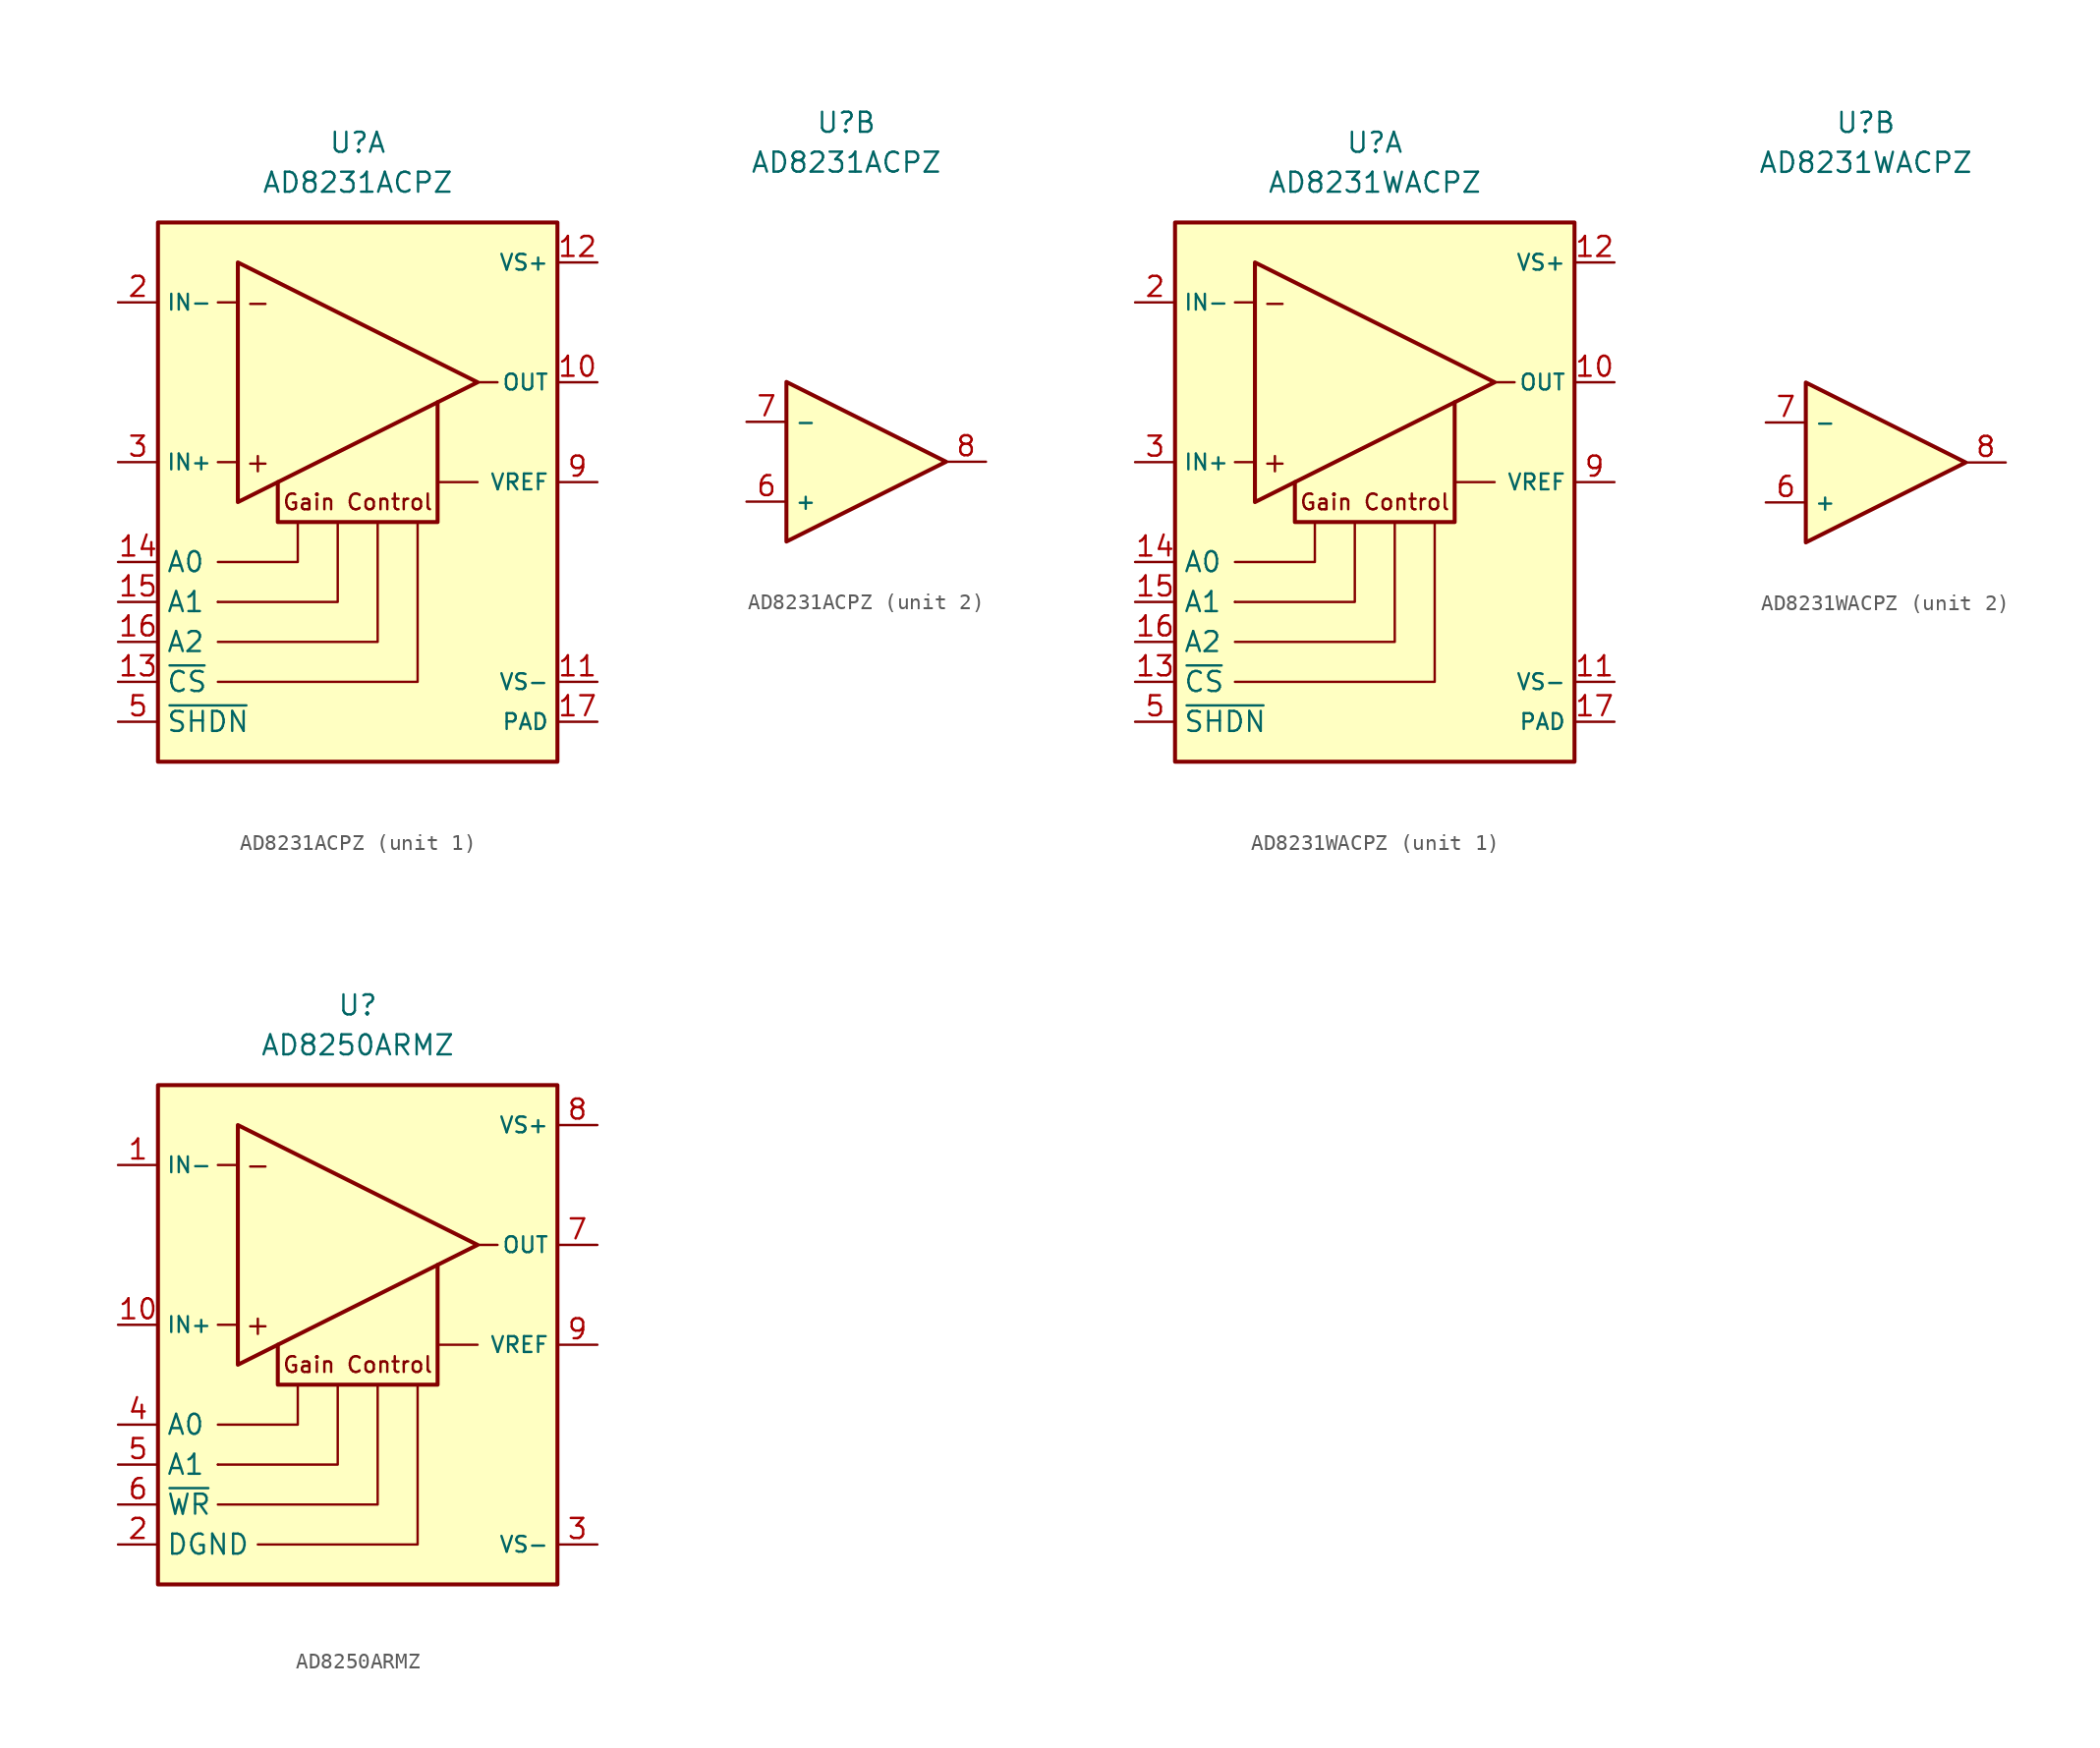
<source format=kicad_sym>
(kicad_symbol_lib
  (version 20211014)
  (generator kicad_symbol_editor)
  (symbol "AD8231ACPZ"
    (property "Reference" "U"
      (at 0 21.59 0)
      (effects (font (size 1.27 1.27))))
    (property "Value" "AD8231ACPZ"
      (at 0 19.05 0)
      (effects (font (size 1.27 1.27))))
    (property "ki_locked" ""
      (at 0 0 0)
      (effects (font (size 1.27 1.27))))
    (symbol "AD8231ACPZ_1_0"
      (rectangle (start -12.7 16.51) (end 12.7 -17.78) (stroke (width 0.254) (type default) (color 0 0 0 0)) (fill (type background))))
    (symbol "AD8231ACPZ_1_1"
      (polyline (pts (xy -8.89 -7.62) (xy -8.89 -7.62)) (stroke (width 0.152) (type default) (color 0 0 0 0)) (fill (type none)))
      (polyline (pts (xy -7.62 1.27) (xy -8.89 1.27)) (stroke (width 0.152) (type default) (color 0 0 0 0)) (fill (type none)))
      (polyline (pts (xy -7.62 11.43) (xy -8.89 11.43)) (stroke (width 0.152) (type default) (color 0 0 0 0)) (fill (type none)))
      (polyline (pts (xy 5.08 0) (xy 7.62 0)) (stroke (width 0.152) (type default) (color 0 0 0 0)) (fill (type none)))
      (polyline (pts (xy 7.62 6.35) (xy 8.89 6.35)) (stroke (width 0.152) (type default) (color 0 0 0 0)) (fill (type none)))
      (polyline (pts (xy -8.89 -12.7) (xy 3.81 -12.7) (xy 3.81 -2.54)) (stroke (width 0.152) (type default) (color 0 0 0 0)) (fill (type none)))
      (polyline (pts (xy -8.89 -7.62) (xy -1.27 -7.62) (xy -1.27 -2.54)) (stroke (width 0.152) (type default) (color 0 0 0 0)) (fill (type none)))
      (polyline (pts (xy -3.81 -2.54) (xy -3.81 -5.08) (xy -8.89 -5.08)) (stroke (width 0.152) (type default) (color 0 0 0 0)) (fill (type none)))
      (polyline (pts (xy 1.27 -2.54) (xy 1.27 -10.16) (xy -8.89 -10.16)) (stroke (width 0.152) (type default) (color 0 0 0 0)) (fill (type none)))
      (polyline (pts (xy -7.62 13.97) (xy -7.62 -1.27) (xy 7.62 6.35) (xy -7.62 13.97)) (stroke (width 0.254) (type default) (color 0 0 0 0)) (fill (type none)))
      (polyline (pts (xy 5.08 5.08) (xy 5.08 -2.54) (xy -5.08 -2.54) (xy -5.08 0)) (stroke (width 0.254) (type default) (color 0 0 0 0)) (fill (type none)))
      (text "+" (at -6.35 1.27 0) (effects (font (size 1.27 1.27))))
      (text "-" (at -6.35 11.43 0) (effects (font (size 1.27 1.27))))
      (text "Gain Control" (at 0 -1.27 0) (effects (font (size 1 1))))
      (pin no_connect line (at 2.54 -13.97 0) (length 2.54) hide (name "NC" (effects (font (size 1.27 1.27)))) (number "1" (effects (font (size 1.27 1.27)))))
      (pin output line (at 15.24 6.35 180) (length 2.54) (name "OUT" (effects (font (size 1 1)))) (number "10" (effects (font (size 1.27 1.27)))))
      (pin power_in line (at 15.24 -12.7 180) (length 2.54) (name "VS-" (effects (font (size 1 1)))) (number "11" (effects (font (size 1.27 1.27)))))
      (pin power_in line (at 15.24 13.97 180) (length 2.54) (name "VS+" (effects (font (size 1 1)))) (number "12" (effects (font (size 1.27 1.27)))))
      (pin input line (at -15.24 -12.7 0) (length 2.54) (name "~{CS}" (effects (font (size 1.27 1.27)))) (number "13" (effects (font (size 1.27 1.27)))))
      (pin input line (at -15.24 -5.08 0) (length 2.54) (name "A0" (effects (font (size 1.27 1.27)))) (number "14" (effects (font (size 1.27 1.27)))))
      (pin input line (at -15.24 -7.62 0) (length 2.54) (name "A1" (effects (font (size 1.27 1.27)))) (number "15" (effects (font (size 1.27 1.27)))))
      (pin input line (at -15.24 -10.16 0) (length 2.54) (name "A2" (effects (font (size 1.27 1.27)))) (number "16" (effects (font (size 1.27 1.27)))))
      (pin power_in line (at 15.24 -15.24 180) (length 2.54) (name "PAD" (effects (font (size 1 1)))) (number "17" (effects (font (size 1.27 1.27)))))
      (pin input line (at -15.24 11.43 0) (length 2.54) (name "IN-" (effects (font (size 1 1)))) (number "2" (effects (font (size 1.27 1.27)))))
      (pin input line (at -15.24 1.27 0) (length 2.54) (name "IN+" (effects (font (size 1 1)))) (number "3" (effects (font (size 1.27 1.27)))))
      (pin no_connect line (at 2.54 -16.51 0) (length 2.54) hide (name "NC" (effects (font (size 1.27 1.27)))) (number "4" (effects (font (size 1.27 1.27)))))
      (pin input line (at -15.24 -15.24 0) (length 2.54) (name "~{SHDN}" (effects (font (size 1.27 1.27)))) (number "5" (effects (font (size 1.27 1.27)))))
      (pin input line (at 15.24 0 180) (length 2.54) (name "VREF" (effects (font (size 1 1)))) (number "9" (effects (font (size 1.27 1.27))))))
    (symbol "AD8231ACPZ_2_1"
      (polyline (pts (xy -3.81 5.08) (xy -3.81 -5.08) (xy 6.35 0) (xy -3.81 5.08)) (stroke (width 0.254) (type default) (color 0 0 0 0)) (fill (type background)))
      (pin input line (at -6.35 -2.54 0) (length 2.54) (name "+" (effects (font (size 1 1)))) (number "6" (effects (font (size 1.27 1.27)))))
      (pin input line (at -6.35 2.54 0) (length 2.54) (name "-" (effects (font (size 1 1)))) (number "7" (effects (font (size 1.27 1.27)))))
      (pin output line (at 8.89 0 180) (length 2.54) (name "~" (effects (font (size 1 1)))) (number "8" (effects (font (size 1.27 1.27)))))))
  (symbol "AD8231WACPZ"
    (property "Reference" "U"
      (at 0 21.59 0)
      (effects (font (size 1.27 1.27))))
    (property "Value" "AD8231WACPZ"
      (at 0 19.05 0)
      (effects (font (size 1.27 1.27))))
    (property "ki_locked" ""
      (at 0 0 0)
      (effects (font (size 1.27 1.27))))
    (symbol "AD8231WACPZ_1_0"
      (rectangle (start -12.7 16.51) (end 12.7 -17.78) (stroke (width 0.254) (type default) (color 0 0 0 0)) (fill (type background))))
    (symbol "AD8231WACPZ_1_1"
      (polyline (pts (xy -8.89 -7.62) (xy -8.89 -7.62)) (stroke (width 0.152) (type default) (color 0 0 0 0)) (fill (type none)))
      (polyline (pts (xy -7.62 1.27) (xy -8.89 1.27)) (stroke (width 0.152) (type default) (color 0 0 0 0)) (fill (type none)))
      (polyline (pts (xy -7.62 11.43) (xy -8.89 11.43)) (stroke (width 0.152) (type default) (color 0 0 0 0)) (fill (type none)))
      (polyline (pts (xy 5.08 0) (xy 7.62 0)) (stroke (width 0.152) (type default) (color 0 0 0 0)) (fill (type none)))
      (polyline (pts (xy 7.62 6.35) (xy 8.89 6.35)) (stroke (width 0.152) (type default) (color 0 0 0 0)) (fill (type none)))
      (polyline (pts (xy -8.89 -12.7) (xy 3.81 -12.7) (xy 3.81 -2.54)) (stroke (width 0.152) (type default) (color 0 0 0 0)) (fill (type none)))
      (polyline (pts (xy -8.89 -7.62) (xy -1.27 -7.62) (xy -1.27 -2.54)) (stroke (width 0.152) (type default) (color 0 0 0 0)) (fill (type none)))
      (polyline (pts (xy -3.81 -2.54) (xy -3.81 -5.08) (xy -8.89 -5.08)) (stroke (width 0.152) (type default) (color 0 0 0 0)) (fill (type none)))
      (polyline (pts (xy 1.27 -2.54) (xy 1.27 -10.16) (xy -8.89 -10.16)) (stroke (width 0.152) (type default) (color 0 0 0 0)) (fill (type none)))
      (polyline (pts (xy -7.62 13.97) (xy -7.62 -1.27) (xy 7.62 6.35) (xy -7.62 13.97)) (stroke (width 0.254) (type default) (color 0 0 0 0)) (fill (type none)))
      (polyline (pts (xy 5.08 5.08) (xy 5.08 -2.54) (xy -5.08 -2.54) (xy -5.08 0)) (stroke (width 0.254) (type default) (color 0 0 0 0)) (fill (type none)))
      (text "+" (at -6.35 1.27 0) (effects (font (size 1.27 1.27))))
      (text "-" (at -6.35 11.43 0) (effects (font (size 1.27 1.27))))
      (text "Gain Control" (at 0 -1.27 0) (effects (font (size 1 1))))
      (pin no_connect line (at 3.81 -13.97 0) (length 2.54) hide (name "NC" (effects (font (size 1.27 1.27)))) (number "1" (effects (font (size 1.27 1.27)))))
      (pin output line (at 15.24 6.35 180) (length 2.54) (name "OUT" (effects (font (size 1 1)))) (number "10" (effects (font (size 1.27 1.27)))))
      (pin power_in line (at 15.24 -12.7 180) (length 2.54) (name "VS-" (effects (font (size 1 1)))) (number "11" (effects (font (size 1.27 1.27)))))
      (pin power_in line (at 15.24 13.97 180) (length 2.54) (name "VS+" (effects (font (size 1 1)))) (number "12" (effects (font (size 1.27 1.27)))))
      (pin input line (at -15.24 -12.7 0) (length 2.54) (name "~{CS}" (effects (font (size 1.27 1.27)))) (number "13" (effects (font (size 1.27 1.27)))))
      (pin input line (at -15.24 -5.08 0) (length 2.54) (name "A0" (effects (font (size 1.27 1.27)))) (number "14" (effects (font (size 1.27 1.27)))))
      (pin input line (at -15.24 -7.62 0) (length 2.54) (name "A1" (effects (font (size 1.27 1.27)))) (number "15" (effects (font (size 1.27 1.27)))))
      (pin input line (at -15.24 -10.16 0) (length 2.54) (name "A2" (effects (font (size 1.27 1.27)))) (number "16" (effects (font (size 1.27 1.27)))))
      (pin power_in line (at 15.24 -15.24 180) (length 2.54) (name "PAD" (effects (font (size 1 1)))) (number "17" (effects (font (size 1.27 1.27)))))
      (pin input line (at -15.24 11.43 0) (length 2.54) (name "IN-" (effects (font (size 1 1)))) (number "2" (effects (font (size 1.27 1.27)))))
      (pin input line (at -15.24 1.27 0) (length 2.54) (name "IN+" (effects (font (size 1 1)))) (number "3" (effects (font (size 1.27 1.27)))))
      (pin no_connect line (at 3.81 -16.51 0) (length 2.54) hide (name "NC" (effects (font (size 1.27 1.27)))) (number "4" (effects (font (size 1.27 1.27)))))
      (pin input line (at -15.24 -15.24 0) (length 2.54) (name "~{SHDN}" (effects (font (size 1.27 1.27)))) (number "5" (effects (font (size 1.27 1.27)))))
      (pin input line (at 15.24 0 180) (length 2.54) (name "VREF" (effects (font (size 1 1)))) (number "9" (effects (font (size 1.27 1.27))))))
    (symbol "AD8231WACPZ_2_1"
      (polyline (pts (xy -3.81 5.08) (xy -3.81 -5.08) (xy 6.35 0) (xy -3.81 5.08)) (stroke (width 0.254) (type default) (color 0 0 0 0)) (fill (type background)))
      (pin input line (at -6.35 -2.54 0) (length 2.54) (name "+" (effects (font (size 1 1)))) (number "6" (effects (font (size 1.27 1.27)))))
      (pin input line (at -6.35 2.54 0) (length 2.54) (name "-" (effects (font (size 1 1)))) (number "7" (effects (font (size 1.27 1.27)))))
      (pin output line (at 8.89 0 180) (length 2.54) (name "~" (effects (font (size 1 1)))) (number "8" (effects (font (size 1.27 1.27)))))))
  (symbol "AD8250ARMZ"
    (property "Reference" "U"
      (at 0 21.59 0)
      (effects (font (size 1.27 1.27))))
    (property "Value" "AD8250ARMZ"
      (at 0 19.05 0)
      (effects (font (size 1.27 1.27))))
    (symbol "AD8250ARMZ_1_0"
      (rectangle (start -12.7 16.51) (end 12.7 -15.24) (stroke (width 0.254) (type default) (color 0 0 0 0)) (fill (type background))))
    (symbol "AD8250ARMZ_1_1"
      (polyline (pts (xy -8.89 -7.62) (xy -8.89 -7.62)) (stroke (width 0.152) (type default) (color 0 0 0 0)) (fill (type none)))
      (polyline (pts (xy -7.62 1.27) (xy -8.89 1.27)) (stroke (width 0.152) (type default) (color 0 0 0 0)) (fill (type none)))
      (polyline (pts (xy -7.62 11.43) (xy -8.89 11.43)) (stroke (width 0.152) (type default) (color 0 0 0 0)) (fill (type none)))
      (polyline (pts (xy 5.08 0) (xy 7.62 0)) (stroke (width 0.152) (type default) (color 0 0 0 0)) (fill (type none)))
      (polyline (pts (xy 7.62 6.35) (xy 8.89 6.35)) (stroke (width 0.152) (type default) (color 0 0 0 0)) (fill (type none)))
      (polyline (pts (xy -8.89 -7.62) (xy -1.27 -7.62) (xy -1.27 -2.54)) (stroke (width 0.152) (type default) (color 0 0 0 0)) (fill (type none)))
      (polyline (pts (xy -6.35 -12.7) (xy 3.81 -12.7) (xy 3.81 -2.54)) (stroke (width 0.152) (type default) (color 0 0 0 0)) (fill (type none)))
      (polyline (pts (xy -3.81 -2.54) (xy -3.81 -5.08) (xy -8.89 -5.08)) (stroke (width 0.152) (type default) (color 0 0 0 0)) (fill (type none)))
      (polyline (pts (xy 1.27 -2.54) (xy 1.27 -10.16) (xy -8.89 -10.16)) (stroke (width 0.152) (type default) (color 0 0 0 0)) (fill (type none)))
      (polyline (pts (xy -7.62 13.97) (xy -7.62 -1.27) (xy 7.62 6.35) (xy -7.62 13.97)) (stroke (width 0.254) (type default) (color 0 0 0 0)) (fill (type none)))
      (polyline (pts (xy 5.08 5.08) (xy 5.08 -2.54) (xy -5.08 -2.54) (xy -5.08 0)) (stroke (width 0.254) (type default) (color 0 0 0 0)) (fill (type none)))
      (text "+" (at -6.35 1.27 0) (effects (font (size 1.27 1.27))))
      (text "-" (at -6.35 11.43 0) (effects (font (size 1.27 1.27))))
      (text "Gain Control" (at 0 -1.27 0) (effects (font (size 1 1))))
      (pin input line (at -15.24 11.43 0) (length 2.54) (name "IN-" (effects (font (size 1 1)))) (number "1" (effects (font (size 1.27 1.27)))))
      (pin input line (at -15.24 1.27 0) (length 2.54) (name "IN+" (effects (font (size 1 1)))) (number "10" (effects (font (size 1.27 1.27)))))
      (pin power_in line (at -15.24 -12.7 0) (length 2.54) (name "DGND" (effects (font (size 1.27 1.27)))) (number "2" (effects (font (size 1.27 1.27)))))
      (pin power_in line (at 15.24 -12.7 180) (length 2.54) (name "VS-" (effects (font (size 1 1)))) (number "3" (effects (font (size 1.27 1.27)))))
      (pin input line (at -15.24 -5.08 0) (length 2.54) (name "A0" (effects (font (size 1.27 1.27)))) (number "4" (effects (font (size 1.27 1.27)))))
      (pin input line (at -15.24 -7.62 0) (length 2.54) (name "A1" (effects (font (size 1.27 1.27)))) (number "5" (effects (font (size 1.27 1.27)))))
      (pin input line (at -15.24 -10.16 0) (length 2.54) (name "~{WR}" (effects (font (size 1.27 1.27)))) (number "6" (effects (font (size 1.27 1.27)))))
      (pin output line (at 15.24 6.35 180) (length 2.54) (name "OUT" (effects (font (size 1 1)))) (number "7" (effects (font (size 1.27 1.27)))))
      (pin power_in line (at 15.24 13.97 180) (length 2.54) (name "VS+" (effects (font (size 1 1)))) (number "8" (effects (font (size 1.27 1.27)))))
      (pin input line (at 15.24 0 180) (length 2.54) (name "VREF" (effects (font (size 1 1)))) (number "9" (effects (font (size 1.27 1.27))))))))
</source>
